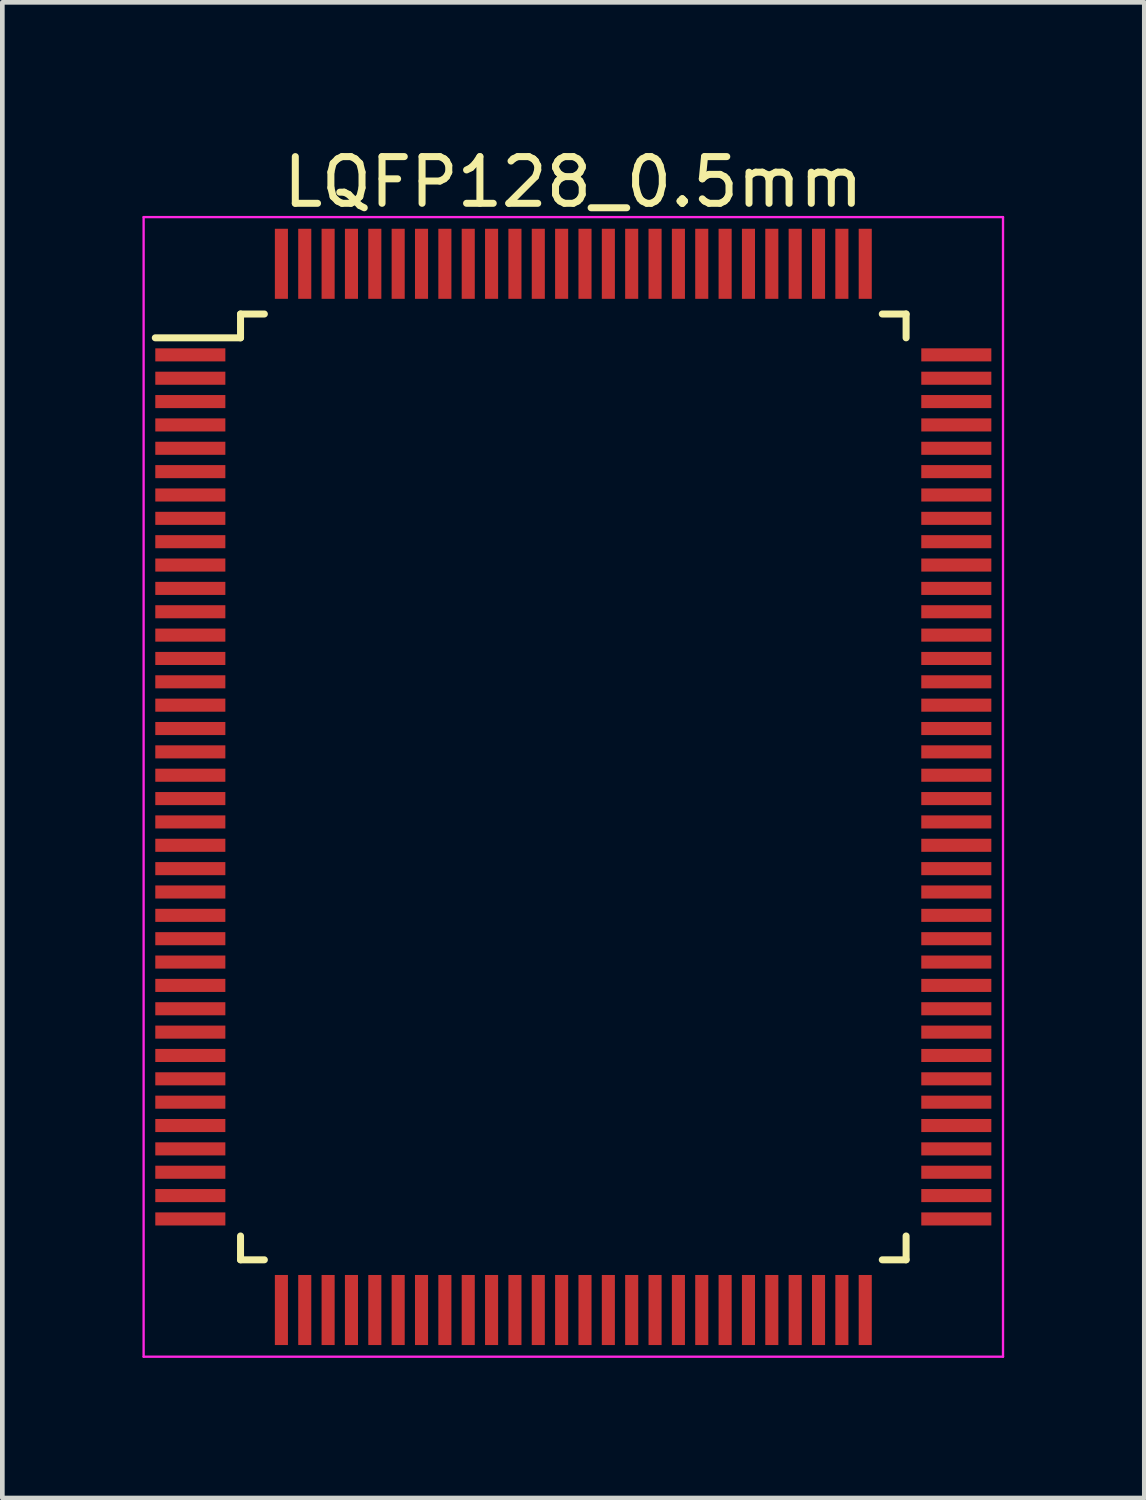
<source format=kicad_pcb>
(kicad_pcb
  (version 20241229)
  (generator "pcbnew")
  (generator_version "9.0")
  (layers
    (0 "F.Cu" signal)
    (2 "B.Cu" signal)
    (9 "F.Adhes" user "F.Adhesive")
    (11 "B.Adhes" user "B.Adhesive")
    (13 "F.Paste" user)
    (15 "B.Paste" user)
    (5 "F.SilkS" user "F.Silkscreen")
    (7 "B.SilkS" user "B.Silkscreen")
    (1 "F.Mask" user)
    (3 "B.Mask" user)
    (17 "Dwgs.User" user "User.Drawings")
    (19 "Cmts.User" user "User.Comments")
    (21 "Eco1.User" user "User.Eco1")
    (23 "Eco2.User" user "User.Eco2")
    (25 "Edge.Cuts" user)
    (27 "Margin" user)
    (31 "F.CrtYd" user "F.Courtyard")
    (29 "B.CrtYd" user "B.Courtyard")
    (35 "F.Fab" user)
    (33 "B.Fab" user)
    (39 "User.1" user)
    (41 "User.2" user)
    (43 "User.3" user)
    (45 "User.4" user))
  (footprint "LQFP128_0.5mm"
    (layer "F.Cu")
    (at 9.225 13.798)
    (property "Reference" "LQFP128_0.5mm" (at 0 -12.95 0) (layer "F.SilkS") (effects (font (size 1 1) (thickness 0.15))))
    (attr smd)
    (fp_line (start -7.125 -10.125) (end -7.125 -9.615) (stroke (width 0.15) (type solid)) (layer "F.SilkS"))
    (fp_line (start -7.125 -10.125) (end -6.615 -10.125) (stroke (width 0.15) (type solid)) (layer "F.SilkS"))
    (fp_line (start -7.125 -9.615) (end -8.95 -9.615) (stroke (width 0.15) (type solid)) (layer "F.SilkS"))
    (fp_line (start -7.125 10.125) (end -7.125 9.615) (stroke (width 0.15) (type solid)) (layer "F.SilkS"))
    (fp_line (start -7.125 10.125) (end -6.615 10.125) (stroke (width 0.15) (type solid)) (layer "F.SilkS"))
    (fp_line (start 7.125 -10.125) (end 6.615 -10.125) (stroke (width 0.15) (type solid)) (layer "F.SilkS"))
    (fp_line (start 7.125 -10.125) (end 7.125 -9.615) (stroke (width 0.15) (type solid)) (layer "F.SilkS"))
    (fp_line (start 7.125 10.125) (end 6.615 10.125) (stroke (width 0.15) (type solid)) (layer "F.SilkS"))
    (fp_line (start 7.125 10.125) (end 7.125 9.615) (stroke (width 0.15) (type solid)) (layer "F.SilkS"))
    (fp_line (start -9.2 -12.2) (end -9.2 12.2) (stroke (width 0.05) (type solid)) (layer "F.CrtYd"))
    (fp_line (start -9.2 -12.2) (end 9.2 -12.2) (stroke (width 0.05) (type solid)) (layer "F.CrtYd"))
    (fp_line (start -9.2 12.2) (end 9.2 12.2) (stroke (width 0.05) (type solid)) (layer "F.CrtYd"))
    (fp_line (start 9.2 -12.2) (end 9.2 12.2) (stroke (width 0.05) (type solid)) (layer "F.CrtYd"))
    (pad "1" smd rect (at -8.2 -9.25) (size 1.5 0.28) (layers "F.Cu" "F.Mask" "F.Paste"))
    (pad "2" smd rect (at -8.2 -8.75) (size 1.5 0.28) (layers "F.Cu" "F.Mask" "F.Paste"))
    (pad "3" smd rect (at -8.2 -8.25) (size 1.5 0.28) (layers "F.Cu" "F.Mask" "F.Paste"))
    (pad "4" smd rect (at -8.2 -7.75) (size 1.5 0.28) (layers "F.Cu" "F.Mask" "F.Paste"))
    (pad "5" smd rect (at -8.2 -7.25) (size 1.5 0.28) (layers "F.Cu" "F.Mask" "F.Paste"))
    (pad "6" smd rect (at -8.2 -6.75) (size 1.5 0.28) (layers "F.Cu" "F.Mask" "F.Paste"))
    (pad "7" smd rect (at -8.2 -6.25) (size 1.5 0.28) (layers "F.Cu" "F.Mask" "F.Paste"))
    (pad "8" smd rect (at -8.2 -5.75) (size 1.5 0.28) (layers "F.Cu" "F.Mask" "F.Paste"))
    (pad "9" smd rect (at -8.2 -5.25) (size 1.5 0.28) (layers "F.Cu" "F.Mask" "F.Paste"))
    (pad "10" smd rect (at -8.2 -4.75) (size 1.5 0.28) (layers "F.Cu" "F.Mask" "F.Paste"))
    (pad "11" smd rect (at -8.2 -4.25) (size 1.5 0.28) (layers "F.Cu" "F.Mask" "F.Paste"))
    (pad "12" smd rect (at -8.2 -3.75) (size 1.5 0.28) (layers "F.Cu" "F.Mask" "F.Paste"))
    (pad "13" smd rect (at -8.2 -3.25) (size 1.5 0.28) (layers "F.Cu" "F.Mask" "F.Paste"))
    (pad "14" smd rect (at -8.2 -2.75) (size 1.5 0.28) (layers "F.Cu" "F.Mask" "F.Paste"))
    (pad "15" smd rect (at -8.2 -2.25) (size 1.5 0.28) (layers "F.Cu" "F.Mask" "F.Paste"))
    (pad "16" smd rect (at -8.2 -1.75) (size 1.5 0.28) (layers "F.Cu" "F.Mask" "F.Paste"))
    (pad "17" smd rect (at -8.2 -1.25) (size 1.5 0.28) (layers "F.Cu" "F.Mask" "F.Paste"))
    (pad "18" smd rect (at -8.2 -0.75) (size 1.5 0.28) (layers "F.Cu" "F.Mask" "F.Paste"))
    (pad "19" smd rect (at -8.2 -0.25) (size 1.5 0.28) (layers "F.Cu" "F.Mask" "F.Paste"))
    (pad "20" smd rect (at -8.2 0.25) (size 1.5 0.28) (layers "F.Cu" "F.Mask" "F.Paste"))
    (pad "21" smd rect (at -8.2 0.75) (size 1.5 0.28) (layers "F.Cu" "F.Mask" "F.Paste"))
    (pad "22" smd rect (at -8.2 1.25) (size 1.5 0.28) (layers "F.Cu" "F.Mask" "F.Paste"))
    (pad "23" smd rect (at -8.2 1.75) (size 1.5 0.28) (layers "F.Cu" "F.Mask" "F.Paste"))
    (pad "24" smd rect (at -8.2 2.25) (size 1.5 0.28) (layers "F.Cu" "F.Mask" "F.Paste"))
    (pad "25" smd rect (at -8.2 2.75) (size 1.5 0.28) (layers "F.Cu" "F.Mask" "F.Paste"))
    (pad "26" smd rect (at -8.2 3.25) (size 1.5 0.28) (layers "F.Cu" "F.Mask" "F.Paste"))
    (pad "27" smd rect (at -8.2 3.75) (size 1.5 0.28) (layers "F.Cu" "F.Mask" "F.Paste"))
    (pad "28" smd rect (at -8.2 4.25) (size 1.5 0.28) (layers "F.Cu" "F.Mask" "F.Paste"))
    (pad "29" smd rect (at -8.2 4.75) (size 1.5 0.28) (layers "F.Cu" "F.Mask" "F.Paste"))
    (pad "30" smd rect (at -8.2 5.25) (size 1.5 0.28) (layers "F.Cu" "F.Mask" "F.Paste"))
    (pad "31" smd rect (at -8.2 5.75) (size 1.5 0.28) (layers "F.Cu" "F.Mask" "F.Paste"))
    (pad "32" smd rect (at -8.2 6.25) (size 1.5 0.28) (layers "F.Cu" "F.Mask" "F.Paste"))
    (pad "33" smd rect (at -8.2 6.75) (size 1.5 0.28) (layers "F.Cu" "F.Mask" "F.Paste"))
    (pad "34" smd rect (at -8.2 7.25) (size 1.5 0.28) (layers "F.Cu" "F.Mask" "F.Paste"))
    (pad "35" smd rect (at -8.2 7.75) (size 1.5 0.28) (layers "F.Cu" "F.Mask" "F.Paste"))
    (pad "36" smd rect (at -8.2 8.25) (size 1.5 0.28) (layers "F.Cu" "F.Mask" "F.Paste"))
    (pad "37" smd rect (at -8.2 8.75) (size 1.5 0.28) (layers "F.Cu" "F.Mask" "F.Paste"))
    (pad "38" smd rect (at -8.2 9.25) (size 1.5 0.28) (layers "F.Cu" "F.Mask" "F.Paste"))
    (pad "39" smd rect (at -6.25 11.2 90) (size 1.5 0.28) (layers "F.Cu" "F.Mask" "F.Paste"))
    (pad "40" smd rect (at -5.75 11.2 90) (size 1.5 0.28) (layers "F.Cu" "F.Mask" "F.Paste"))
    (pad "41" smd rect (at -5.25 11.2 90) (size 1.5 0.28) (layers "F.Cu" "F.Mask" "F.Paste"))
    (pad "42" smd rect (at -4.75 11.2 90) (size 1.5 0.28) (layers "F.Cu" "F.Mask" "F.Paste"))
    (pad "43" smd rect (at -4.25 11.2 90) (size 1.5 0.28) (layers "F.Cu" "F.Mask" "F.Paste"))
    (pad "44" smd rect (at -3.75 11.2 90) (size 1.5 0.28) (layers "F.Cu" "F.Mask" "F.Paste"))
    (pad "45" smd rect (at -3.25 11.2 90) (size 1.5 0.28) (layers "F.Cu" "F.Mask" "F.Paste"))
    (pad "46" smd rect (at -2.75 11.2 90) (size 1.5 0.28) (layers "F.Cu" "F.Mask" "F.Paste"))
    (pad "47" smd rect (at -2.25 11.2 90) (size 1.5 0.28) (layers "F.Cu" "F.Mask" "F.Paste"))
    (pad "48" smd rect (at -1.75 11.2 90) (size 1.5 0.28) (layers "F.Cu" "F.Mask" "F.Paste"))
    (pad "49" smd rect (at -1.25 11.2 90) (size 1.5 0.28) (layers "F.Cu" "F.Mask" "F.Paste"))
    (pad "50" smd rect (at -0.75 11.2 90) (size 1.5 0.28) (layers "F.Cu" "F.Mask" "F.Paste"))
    (pad "51" smd rect (at -0.25 11.2 90) (size 1.5 0.28) (layers "F.Cu" "F.Mask" "F.Paste"))
    (pad "52" smd rect (at 0.25 11.2 90) (size 1.5 0.28) (layers "F.Cu" "F.Mask" "F.Paste"))
    (pad "53" smd rect (at 0.75 11.2 90) (size 1.5 0.28) (layers "F.Cu" "F.Mask" "F.Paste"))
    (pad "54" smd rect (at 1.25 11.2 90) (size 1.5 0.28) (layers "F.Cu" "F.Mask" "F.Paste"))
    (pad "55" smd rect (at 1.75 11.2 90) (size 1.5 0.28) (layers "F.Cu" "F.Mask" "F.Paste"))
    (pad "56" smd rect (at 2.25 11.2 90) (size 1.5 0.28) (layers "F.Cu" "F.Mask" "F.Paste"))
    (pad "57" smd rect (at 2.75 11.2 90) (size 1.5 0.28) (layers "F.Cu" "F.Mask" "F.Paste"))
    (pad "58" smd rect (at 3.25 11.2 90) (size 1.5 0.28) (layers "F.Cu" "F.Mask" "F.Paste"))
    (pad "59" smd rect (at 3.75 11.2 90) (size 1.5 0.28) (layers "F.Cu" "F.Mask" "F.Paste"))
    (pad "60" smd rect (at 4.25 11.2 90) (size 1.5 0.28) (layers "F.Cu" "F.Mask" "F.Paste"))
    (pad "61" smd rect (at 4.75 11.2 90) (size 1.5 0.28) (layers "F.Cu" "F.Mask" "F.Paste"))
    (pad "62" smd rect (at 5.25 11.2 90) (size 1.5 0.28) (layers "F.Cu" "F.Mask" "F.Paste"))
    (pad "63" smd rect (at 5.75 11.2 90) (size 1.5 0.28) (layers "F.Cu" "F.Mask" "F.Paste"))
    (pad "64" smd rect (at 6.25 11.2 90) (size 1.5 0.28) (layers "F.Cu" "F.Mask" "F.Paste"))
    (pad "65" smd rect (at 8.2 9.25) (size 1.5 0.28) (layers "F.Cu" "F.Mask" "F.Paste"))
    (pad "66" smd rect (at 8.2 8.75) (size 1.5 0.28) (layers "F.Cu" "F.Mask" "F.Paste"))
    (pad "67" smd rect (at 8.2 8.25) (size 1.5 0.28) (layers "F.Cu" "F.Mask" "F.Paste"))
    (pad "68" smd rect (at 8.2 7.75) (size 1.5 0.28) (layers "F.Cu" "F.Mask" "F.Paste"))
    (pad "69" smd rect (at 8.2 7.25) (size 1.5 0.28) (layers "F.Cu" "F.Mask" "F.Paste"))
    (pad "70" smd rect (at 8.2 6.75) (size 1.5 0.28) (layers "F.Cu" "F.Mask" "F.Paste"))
    (pad "71" smd rect (at 8.2 6.25) (size 1.5 0.28) (layers "F.Cu" "F.Mask" "F.Paste"))
    (pad "72" smd rect (at 8.2 5.75) (size 1.5 0.28) (layers "F.Cu" "F.Mask" "F.Paste"))
    (pad "73" smd rect (at 8.2 5.25) (size 1.5 0.28) (layers "F.Cu" "F.Mask" "F.Paste"))
    (pad "74" smd rect (at 8.2 4.75) (size 1.5 0.28) (layers "F.Cu" "F.Mask" "F.Paste"))
    (pad "75" smd rect (at 8.2 4.25) (size 1.5 0.28) (layers "F.Cu" "F.Mask" "F.Paste"))
    (pad "76" smd rect (at 8.2 3.75) (size 1.5 0.28) (layers "F.Cu" "F.Mask" "F.Paste"))
    (pad "77" smd rect (at 8.2 3.25) (size 1.5 0.28) (layers "F.Cu" "F.Mask" "F.Paste"))
    (pad "78" smd rect (at 8.2 2.75) (size 1.5 0.28) (layers "F.Cu" "F.Mask" "F.Paste"))
    (pad "79" smd rect (at 8.2 2.25) (size 1.5 0.28) (layers "F.Cu" "F.Mask" "F.Paste"))
    (pad "80" smd rect (at 8.2 1.75) (size 1.5 0.28) (layers "F.Cu" "F.Mask" "F.Paste"))
    (pad "81" smd rect (at 8.2 1.25) (size 1.5 0.28) (layers "F.Cu" "F.Mask" "F.Paste"))
    (pad "82" smd rect (at 8.2 0.75) (size 1.5 0.28) (layers "F.Cu" "F.Mask" "F.Paste"))
    (pad "83" smd rect (at 8.2 0.25) (size 1.5 0.28) (layers "F.Cu" "F.Mask" "F.Paste"))
    (pad "84" smd rect (at 8.2 -0.25) (size 1.5 0.28) (layers "F.Cu" "F.Mask" "F.Paste"))
    (pad "85" smd rect (at 8.2 -0.75) (size 1.5 0.28) (layers "F.Cu" "F.Mask" "F.Paste"))
    (pad "86" smd rect (at 8.2 -1.25) (size 1.5 0.28) (layers "F.Cu" "F.Mask" "F.Paste"))
    (pad "87" smd rect (at 8.2 -1.75) (size 1.5 0.28) (layers "F.Cu" "F.Mask" "F.Paste"))
    (pad "88" smd rect (at 8.2 -2.25) (size 1.5 0.28) (layers "F.Cu" "F.Mask" "F.Paste"))
    (pad "89" smd rect (at 8.2 -2.75) (size 1.5 0.28) (layers "F.Cu" "F.Mask" "F.Paste"))
    (pad "90" smd rect (at 8.2 -3.25) (size 1.5 0.28) (layers "F.Cu" "F.Mask" "F.Paste"))
    (pad "91" smd rect (at 8.2 -3.75) (size 1.5 0.28) (layers "F.Cu" "F.Mask" "F.Paste"))
    (pad "92" smd rect (at 8.2 -4.25) (size 1.5 0.28) (layers "F.Cu" "F.Mask" "F.Paste"))
    (pad "93" smd rect (at 8.2 -4.75) (size 1.5 0.28) (layers "F.Cu" "F.Mask" "F.Paste"))
    (pad "94" smd rect (at 8.2 -5.25) (size 1.5 0.28) (layers "F.Cu" "F.Mask" "F.Paste"))
    (pad "95" smd rect (at 8.2 -5.75) (size 1.5 0.28) (layers "F.Cu" "F.Mask" "F.Paste"))
    (pad "96" smd rect (at 8.2 -6.25) (size 1.5 0.28) (layers "F.Cu" "F.Mask" "F.Paste"))
    (pad "97" smd rect (at 8.2 -6.75) (size 1.5 0.28) (layers "F.Cu" "F.Mask" "F.Paste"))
    (pad "98" smd rect (at 8.2 -7.25) (size 1.5 0.28) (layers "F.Cu" "F.Mask" "F.Paste"))
    (pad "99" smd rect (at 8.2 -7.75) (size 1.5 0.28) (layers "F.Cu" "F.Mask" "F.Paste"))
    (pad "100" smd rect (at 8.2 -8.25) (size 1.5 0.28) (layers "F.Cu" "F.Mask" "F.Paste"))
    (pad "101" smd rect (at 8.2 -8.75) (size 1.5 0.28) (layers "F.Cu" "F.Mask" "F.Paste"))
    (pad "102" smd rect (at 8.2 -9.25) (size 1.5 0.28) (layers "F.Cu" "F.Mask" "F.Paste"))
    (pad "103" smd rect (at 6.25 -11.2 90) (size 1.5 0.28) (layers "F.Cu" "F.Mask" "F.Paste"))
    (pad "104" smd rect (at 5.75 -11.2 90) (size 1.5 0.28) (layers "F.Cu" "F.Mask" "F.Paste"))
    (pad "105" smd rect (at 5.25 -11.2 90) (size 1.5 0.28) (layers "F.Cu" "F.Mask" "F.Paste"))
    (pad "106" smd rect (at 4.75 -11.2 90) (size 1.5 0.28) (layers "F.Cu" "F.Mask" "F.Paste"))
    (pad "107" smd rect (at 4.25 -11.2 90) (size 1.5 0.28) (layers "F.Cu" "F.Mask" "F.Paste"))
    (pad "108" smd rect (at 3.75 -11.2 90) (size 1.5 0.28) (layers "F.Cu" "F.Mask" "F.Paste"))
    (pad "109" smd rect (at 3.25 -11.2 90) (size 1.5 0.28) (layers "F.Cu" "F.Mask" "F.Paste"))
    (pad "110" smd rect (at 2.75 -11.2 90) (size 1.5 0.28) (layers "F.Cu" "F.Mask" "F.Paste"))
    (pad "111" smd rect (at 2.25 -11.2 90) (size 1.5 0.28) (layers "F.Cu" "F.Mask" "F.Paste"))
    (pad "112" smd rect (at 1.75 -11.2 90) (size 1.5 0.28) (layers "F.Cu" "F.Mask" "F.Paste"))
    (pad "113" smd rect (at 1.25 -11.2 90) (size 1.5 0.28) (layers "F.Cu" "F.Mask" "F.Paste"))
    (pad "114" smd rect (at 0.75 -11.2 90) (size 1.5 0.28) (layers "F.Cu" "F.Mask" "F.Paste"))
    (pad "115" smd rect (at 0.25 -11.2 90) (size 1.5 0.28) (layers "F.Cu" "F.Mask" "F.Paste"))
    (pad "116" smd rect (at -0.25 -11.2 90) (size 1.5 0.28) (layers "F.Cu" "F.Mask" "F.Paste"))
    (pad "117" smd rect (at -0.75 -11.2 90) (size 1.5 0.28) (layers "F.Cu" "F.Mask" "F.Paste"))
    (pad "118" smd rect (at -1.25 -11.2 90) (size 1.5 0.28) (layers "F.Cu" "F.Mask" "F.Paste"))
    (pad "119" smd rect (at -1.75 -11.2 90) (size 1.5 0.28) (layers "F.Cu" "F.Mask" "F.Paste"))
    (pad "120" smd rect (at -2.25 -11.2 90) (size 1.5 0.28) (layers "F.Cu" "F.Mask" "F.Paste"))
    (pad "121" smd rect (at -2.75 -11.2 90) (size 1.5 0.28) (layers "F.Cu" "F.Mask" "F.Paste"))
    (pad "122" smd rect (at -3.25 -11.2 90) (size 1.5 0.28) (layers "F.Cu" "F.Mask" "F.Paste"))
    (pad "123" smd rect (at -3.75 -11.2 90) (size 1.5 0.28) (layers "F.Cu" "F.Mask" "F.Paste"))
    (pad "124" smd rect (at -4.25 -11.2 90) (size 1.5 0.28) (layers "F.Cu" "F.Mask" "F.Paste"))
    (pad "125" smd rect (at -4.75 -11.2 90) (size 1.5 0.28) (layers "F.Cu" "F.Mask" "F.Paste"))
    (pad "126" smd rect (at -5.25 -11.2 90) (size 1.5 0.28) (layers "F.Cu" "F.Mask" "F.Paste"))
    (pad "127" smd rect (at -5.75 -11.2 90) (size 1.5 0.28) (layers "F.Cu" "F.Mask" "F.Paste"))
    (pad "128" smd rect (at -6.25 -11.2 90) (size 1.5 0.28) (layers "F.Cu" "F.Mask" "F.Paste")))
  (gr_rect
    (start -3 -3)
    (end 21.45 29.023)
    (stroke (width 0.1) (type default))
    (fill no)
    (layer "Edge.Cuts")))
</source>
